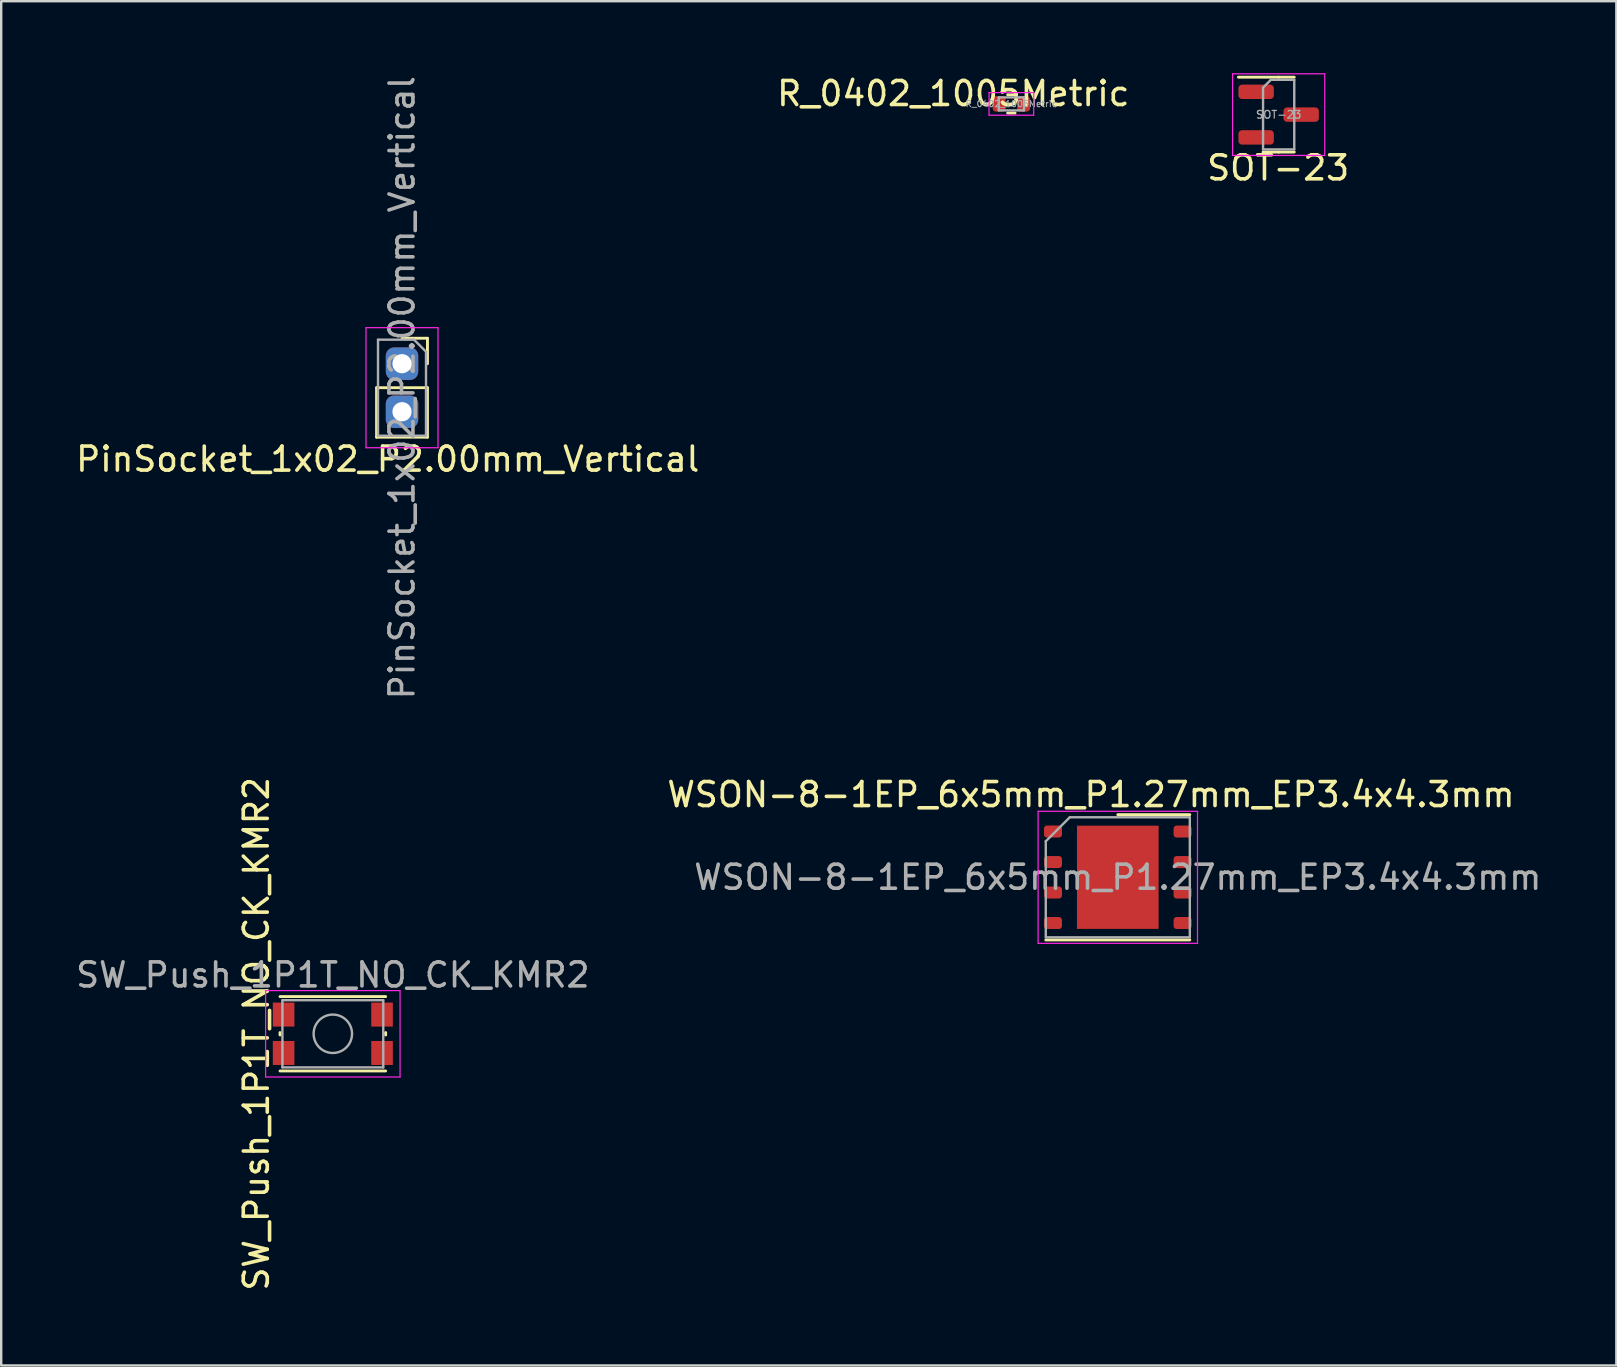
<source format=kicad_pcb>
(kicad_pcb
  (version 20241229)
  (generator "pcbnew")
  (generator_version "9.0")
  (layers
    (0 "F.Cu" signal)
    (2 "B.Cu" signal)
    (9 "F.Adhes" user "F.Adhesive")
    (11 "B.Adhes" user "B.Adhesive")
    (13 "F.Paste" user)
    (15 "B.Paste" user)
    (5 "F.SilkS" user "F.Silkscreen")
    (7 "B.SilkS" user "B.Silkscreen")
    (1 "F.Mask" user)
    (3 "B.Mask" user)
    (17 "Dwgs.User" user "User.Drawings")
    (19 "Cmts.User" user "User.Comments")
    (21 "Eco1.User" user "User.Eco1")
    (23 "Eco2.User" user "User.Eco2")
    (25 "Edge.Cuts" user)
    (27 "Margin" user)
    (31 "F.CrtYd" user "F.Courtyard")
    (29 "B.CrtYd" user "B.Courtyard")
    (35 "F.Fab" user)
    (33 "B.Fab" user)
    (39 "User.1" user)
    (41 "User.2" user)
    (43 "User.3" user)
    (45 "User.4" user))
  (footprint "R_0402_1005Metric"
    (layer "F.Cu")
    (at 39.081 1.278)
    (property "Reference" "R_0402_1005Metric" (at -2.42 -0.43 0) (layer "F.SilkS") (effects (font (size 1 1) (thickness 0.15))))
    (attr smd)
    (fp_line (start -0.154 -0.38) (end 0.154 -0.38) (stroke (width 0.12) (type solid)) (layer "F.SilkS"))
    (fp_line (start -0.154 0.38) (end 0.154 0.38) (stroke (width 0.12) (type solid)) (layer "F.SilkS"))
    (fp_line (start -0.93 -0.47) (end 0.93 -0.47) (stroke (width 0.05) (type solid)) (layer "F.CrtYd"))
    (fp_line (start -0.93 0.47) (end -0.93 -0.47) (stroke (width 0.05) (type solid)) (layer "F.CrtYd"))
    (fp_line (start 0.93 -0.47) (end 0.93 0.47) (stroke (width 0.05) (type solid)) (layer "F.CrtYd"))
    (fp_line (start 0.93 0.47) (end -0.93 0.47) (stroke (width 0.05) (type solid)) (layer "F.CrtYd"))
    (fp_line (start -0.525 -0.27) (end 0.525 -0.27) (stroke (width 0.1) (type solid)) (layer "F.Fab"))
    (fp_line (start -0.525 0.27) (end -0.525 -0.27) (stroke (width 0.1) (type solid)) (layer "F.Fab"))
    (fp_line (start 0.525 -0.27) (end 0.525 0.27) (stroke (width 0.1) (type solid)) (layer "F.Fab"))
    (fp_line (start 0.525 0.27) (end -0.525 0.27) (stroke (width 0.1) (type solid)) (layer "F.Fab"))
    (fp_text user "${REFERENCE}" (at 0 0 0) (layer "F.Fab") (effects (font (size 0.26 0.26) (thickness 0.04))))
    (pad "1" smd roundrect (at -0.51 0 180) (size 0.54 0.64) (layers "F.Cu" "F.Mask" "F.Paste") (roundrect_rratio 0.25))
    (pad "2" smd roundrect (at 0.51 0 180) (size 0.54 0.64) (layers "F.Cu" "F.Mask" "F.Paste") (roundrect_rratio 0.25)))
  (footprint "SOT-23"
    (layer "F.Cu")
    (at 50.216 1.725)
    (property "Reference" "SOT-23" (at -0.02 2.22 0) (layer "F.SilkS") (effects (font (size 1 1) (thickness 0.15))))
    (attr smd)
    (fp_line (start 0 -1.56) (end -1.675 -1.56) (stroke (width 0.12) (type solid)) (layer "F.SilkS"))
    (fp_line (start 0 -1.56) (end 0.65 -1.56) (stroke (width 0.12) (type solid)) (layer "F.SilkS"))
    (fp_line (start 0 1.56) (end -0.65 1.56) (stroke (width 0.12) (type solid)) (layer "F.SilkS"))
    (fp_line (start 0 1.56) (end 0.65 1.56) (stroke (width 0.12) (type solid)) (layer "F.SilkS"))
    (fp_line (start -1.92 -1.7) (end -1.92 1.7) (stroke (width 0.05) (type solid)) (layer "F.CrtYd"))
    (fp_line (start -1.92 1.7) (end 1.92 1.7) (stroke (width 0.05) (type solid)) (layer "F.CrtYd"))
    (fp_line (start 1.92 -1.7) (end -1.92 -1.7) (stroke (width 0.05) (type solid)) (layer "F.CrtYd"))
    (fp_line (start 1.92 1.7) (end 1.92 -1.7) (stroke (width 0.05) (type solid)) (layer "F.CrtYd"))
    (fp_line (start -0.65 -1.125) (end -0.325 -1.45) (stroke (width 0.1) (type solid)) (layer "F.Fab"))
    (fp_line (start -0.65 1.45) (end -0.65 -1.125) (stroke (width 0.1) (type solid)) (layer "F.Fab"))
    (fp_line (start -0.325 -1.45) (end 0.65 -1.45) (stroke (width 0.1) (type solid)) (layer "F.Fab"))
    (fp_line (start 0.65 -1.45) (end 0.65 1.45) (stroke (width 0.1) (type solid)) (layer "F.Fab"))
    (fp_line (start 0.65 1.45) (end -0.65 1.45) (stroke (width 0.1) (type solid)) (layer "F.Fab"))
    (fp_text user "${REFERENCE}" (at 0 0 0) (layer "F.Fab") (effects (font (size 0.32 0.32) (thickness 0.05))))
    (pad "1" smd roundrect (at -0.938 -0.95 180) (size 1.475 0.6) (layers "F.Cu" "F.Mask" "F.Paste") (roundrect_rratio 0.25))
    (pad "2" smd roundrect (at -0.938 0.95 180) (size 1.475 0.6) (layers "F.Cu" "F.Mask" "F.Paste") (roundrect_rratio 0.25))
    (pad "3" smd roundrect (at 0.938 0 180) (size 1.475 0.6) (layers "F.Cu" "F.Mask" "F.Paste") (roundrect_rratio 0.25)))
  (footprint "SW_Push_1P1T_NO_CK_KMR2"
    (layer "F.Cu")
    (at 10.815 40.015)
    (property "Reference" "SW_Push_1P1T_NO_CK_KMR2" (at -3.186 0.003 90) (layer "F.SilkS") (effects (font (size 1 1) (thickness 0.15))))
    (attr smd)
    (fp_line (start -2.2 0.05) (end -2.2 -0.05) (stroke (width 0.12) (type solid)) (layer "F.SilkS"))
    (fp_line (start -2.2 1.55) (end 2.2 1.55) (stroke (width 0.12) (type solid)) (layer "F.SilkS"))
    (fp_line (start 2.2 -1.55) (end -2.2 -1.55) (stroke (width 0.12) (type solid)) (layer "F.SilkS"))
    (fp_line (start 2.2 0.05) (end 2.2 -0.05) (stroke (width 0.12) (type solid)) (layer "F.SilkS"))
    (fp_line (start -2.8 -1.8) (end 2.8 -1.8) (stroke (width 0.05) (type solid)) (layer "F.CrtYd"))
    (fp_line (start -2.8 1.8) (end -2.8 -1.8) (stroke (width 0.05) (type solid)) (layer "F.CrtYd"))
    (fp_line (start 2.8 -1.8) (end 2.8 1.8) (stroke (width 0.05) (type solid)) (layer "F.CrtYd"))
    (fp_line (start 2.8 1.8) (end -2.8 1.8) (stroke (width 0.05) (type solid)) (layer "F.CrtYd"))
    (fp_line (start -2.1 -1.4) (end 2.1 -1.4) (stroke (width 0.1) (type solid)) (layer "F.Fab"))
    (fp_line (start -2.1 1.4) (end -2.1 -1.4) (stroke (width 0.1) (type solid)) (layer "F.Fab"))
    (fp_line (start 2.1 -1.4) (end 2.1 1.4) (stroke (width 0.1) (type solid)) (layer "F.Fab"))
    (fp_line (start 2.1 1.4) (end -2.1 1.4) (stroke (width 0.1) (type solid)) (layer "F.Fab"))
    (fp_circle (center 0 0) (end 0 0.8) (stroke (width 0.1) (type solid)) (fill no) (layer "F.Fab"))
    (fp_text user "${REFERENCE}" (at 0 -2.45 0) (layer "F.Fab") (effects (font (size 1 1) (thickness 0.15))))
    (pad "1" smd rect (at -2.05 -0.8 180) (size 0.9 1) (layers "F.Cu" "F.Mask" "F.Paste"))
    (pad "1" smd rect (at 2.05 -0.8 180) (size 0.9 1) (layers "F.Cu" "F.Mask" "F.Paste"))
    (pad "2" smd rect (at -2.05 0.8 180) (size 0.9 1) (layers "F.Cu" "F.Mask" "F.Paste"))
    (pad "2" smd rect (at 2.05 0.8 180) (size 0.9 1) (layers "F.Cu" "F.Mask" "F.Paste")))
  (footprint "PinSocket_1x02_P2.00mm_Vertical"
    (layer "F.Cu")
    (at 13.697 12.101)
    (property "Reference" "PinSocket_1x02_P2.00mm_Vertical" (at -0.595 3.977 0) (layer "F.SilkS") (effects (font (size 1 1) (thickness 0.15))))
    (attr through_hole)
    (fp_line (start -1.06 1) (end -1.06 3.06) (stroke (width 0.12) (type solid)) (layer "F.SilkS"))
    (fp_line (start -1.06 1) (end 1.06 1) (stroke (width 0.12) (type solid)) (layer "F.SilkS"))
    (fp_line (start -1.06 3.06) (end 1.06 3.06) (stroke (width 0.12) (type solid)) (layer "F.SilkS"))
    (fp_line (start 0 -1.06) (end 1.06 -1.06) (stroke (width 0.12) (type solid)) (layer "F.SilkS"))
    (fp_line (start 1.06 -1.06) (end 1.06 0) (stroke (width 0.12) (type solid)) (layer "F.SilkS"))
    (fp_line (start 1.06 1) (end 1.06 3.06) (stroke (width 0.12) (type solid)) (layer "F.SilkS"))
    (fp_line (start -1.5 -1.5) (end 1.5 -1.5) (stroke (width 0.05) (type solid)) (layer "F.CrtYd"))
    (fp_line (start -1.5 3.5) (end -1.5 -1.5) (stroke (width 0.05) (type solid)) (layer "F.CrtYd"))
    (fp_line (start 1.5 -1.5) (end 1.5 3.5) (stroke (width 0.05) (type solid)) (layer "F.CrtYd"))
    (fp_line (start 1.5 3.5) (end -1.5 3.5) (stroke (width 0.05) (type solid)) (layer "F.CrtYd"))
    (fp_line (start -1 -1) (end 0.5 -1) (stroke (width 0.1) (type solid)) (layer "F.Fab"))
    (fp_line (start -1 3) (end -1 -1) (stroke (width 0.1) (type solid)) (layer "F.Fab"))
    (fp_line (start 0.5 -1) (end 1 -0.5) (stroke (width 0.1) (type solid)) (layer "F.Fab"))
    (fp_line (start 1 -0.5) (end 1 3) (stroke (width 0.1) (type solid)) (layer "F.Fab"))
    (fp_line (start 1 3) (end -1 3) (stroke (width 0.1) (type solid)) (layer "F.Fab"))
    (fp_text user "${REFERENCE}" (at 0 1 90) (layer "F.Fab") (effects (font (size 1 1) (thickness 0.15))))
    (pad "1" thru_hole roundrect (at 0 0 180) (size 1.35 1.35) (drill 0.8) (layers "*.Cu" "*.Mask") (roundrect_rratio 0.25))
    (pad "2" thru_hole roundrect (at 0 2 180) (size 1.35 1.35) (drill 0.8) (layers "*.Cu" "*.Mask") (roundrect_rratio 0.25)))
  (footprint "WSON-8-1EP_6x5mm_P1.27mm_EP3.4x4.3mm"
    (layer "F.Cu")
    (at 43.515 33.496)
    (property "Reference" "WSON-8-1EP_6x5mm_P1.27mm_EP3.4x4.3mm" (at -1.117 -3.445 0) (layer "F.SilkS") (effects (font (size 1 1) (thickness 0.15))))
    (attr smd)
    (fp_line (start -3 2.61) (end 3 2.61) (stroke (width 0.12) (type solid)) (layer "F.SilkS"))
    (fp_line (start 0 -2.61) (end 3 -2.61) (stroke (width 0.12) (type solid)) (layer "F.SilkS"))
    (fp_line (start -3.32 -2.75) (end -3.32 2.75) (stroke (width 0.05) (type solid)) (layer "F.CrtYd"))
    (fp_line (start -3.32 2.75) (end 3.32 2.75) (stroke (width 0.05) (type solid)) (layer "F.CrtYd"))
    (fp_line (start 3.32 -2.75) (end -3.32 -2.75) (stroke (width 0.05) (type solid)) (layer "F.CrtYd"))
    (fp_line (start 3.32 2.75) (end 3.32 -2.75) (stroke (width 0.05) (type solid)) (layer "F.CrtYd"))
    (fp_line (start -3 -1.5) (end -2 -2.5) (stroke (width 0.1) (type solid)) (layer "F.Fab"))
    (fp_line (start -3 2.5) (end -3 -1.5) (stroke (width 0.1) (type solid)) (layer "F.Fab"))
    (fp_line (start -2 -2.5) (end 3 -2.5) (stroke (width 0.1) (type solid)) (layer "F.Fab"))
    (fp_line (start 3 -2.5) (end 3 2.5) (stroke (width 0.1) (type solid)) (layer "F.Fab"))
    (fp_line (start 3 2.5) (end -3 2.5) (stroke (width 0.1) (type solid)) (layer "F.Fab"))
    (fp_text user "${REFERENCE}" (at 0 0 0) (layer "F.Fab") (effects (font (size 1 1) (thickness 0.15))))
    (pad "" smd roundrect (at -0.85 -1.075 180) (size 1.37 1.73) (layers "F.Paste") (roundrect_rratio 0.182))
    (pad "" smd roundrect (at -0.85 1.075 180) (size 1.37 1.73) (layers "F.Paste") (roundrect_rratio 0.182))
    (pad "" smd roundrect (at 0.85 -1.075 180) (size 1.37 1.73) (layers "F.Paste") (roundrect_rratio 0.182))
    (pad "" smd roundrect (at 0.85 1.075 180) (size 1.37 1.73) (layers "F.Paste") (roundrect_rratio 0.182))
    (pad "1" smd roundrect (at -2.7 -1.905 180) (size 0.75 0.5) (layers "F.Cu" "F.Mask" "F.Paste") (roundrect_rratio 0.25))
    (pad "2" smd roundrect (at -2.7 -0.635 180) (size 0.75 0.5) (layers "F.Cu" "F.Mask" "F.Paste") (roundrect_rratio 0.25))
    (pad "3" smd roundrect (at -2.7 0.635 180) (size 0.75 0.5) (layers "F.Cu" "F.Mask" "F.Paste") (roundrect_rratio 0.25))
    (pad "4" smd roundrect (at -2.7 1.905 180) (size 0.75 0.5) (layers "F.Cu" "F.Mask" "F.Paste") (roundrect_rratio 0.25))
    (pad "5" smd roundrect (at 2.7 1.905 180) (size 0.75 0.5) (layers "F.Cu" "F.Mask" "F.Paste") (roundrect_rratio 0.25))
    (pad "6" smd roundrect (at 2.7 0.635 180) (size 0.75 0.5) (layers "F.Cu" "F.Mask" "F.Paste") (roundrect_rratio 0.25))
    (pad "7" smd roundrect (at 2.7 -0.635 180) (size 0.75 0.5) (layers "F.Cu" "F.Mask" "F.Paste") (roundrect_rratio 0.25))
    (pad "8" smd roundrect (at 2.7 -1.905 180) (size 0.75 0.5) (layers "F.Cu" "F.Mask" "F.Paste") (roundrect_rratio 0.25))
    (pad "9" smd rect (at 0 0 180) (size 3.4 4.3) (layers "F.Cu" "F.Mask")))
  (gr_rect
    (start -3 -3)
    (end 64.283 53.833)
    (stroke (width 0.1) (type default))
    (fill no)
    (layer "Edge.Cuts")))
</source>
